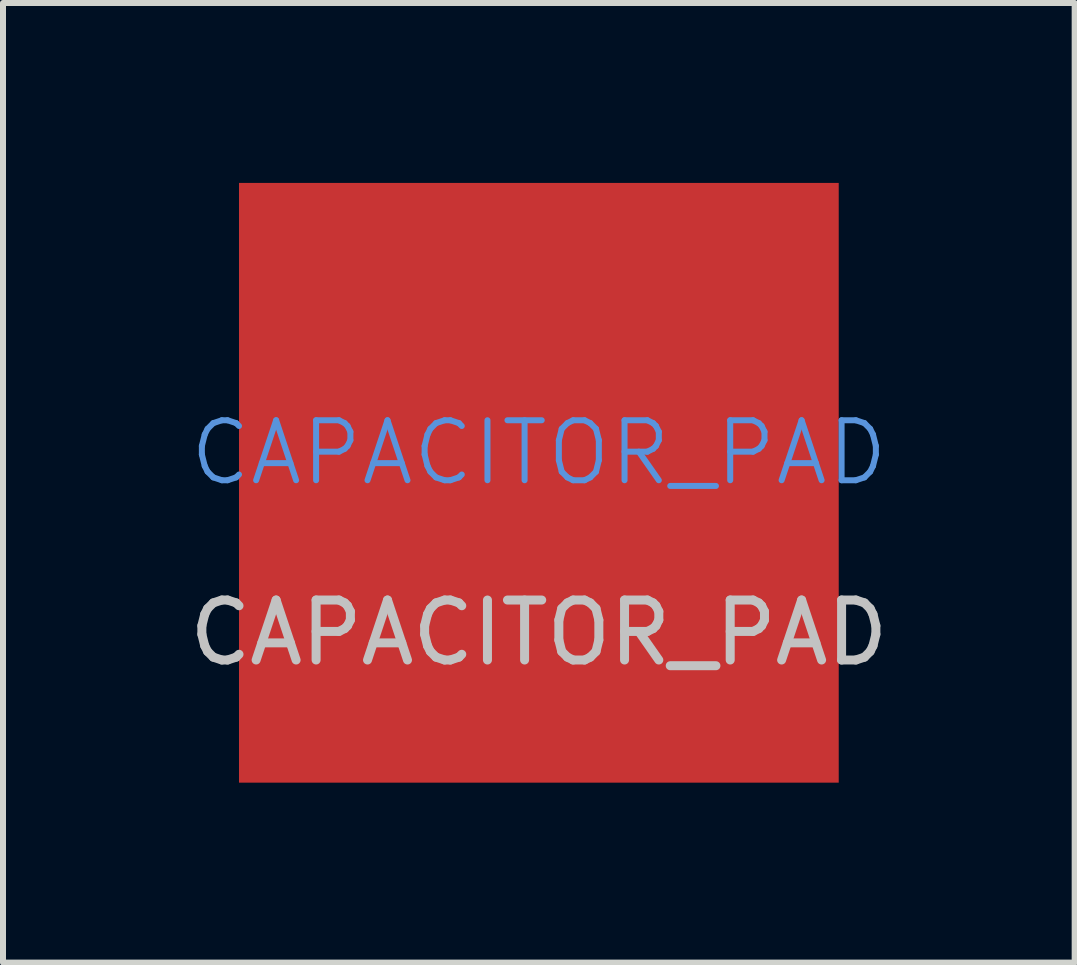
<source format=kicad_pcb>
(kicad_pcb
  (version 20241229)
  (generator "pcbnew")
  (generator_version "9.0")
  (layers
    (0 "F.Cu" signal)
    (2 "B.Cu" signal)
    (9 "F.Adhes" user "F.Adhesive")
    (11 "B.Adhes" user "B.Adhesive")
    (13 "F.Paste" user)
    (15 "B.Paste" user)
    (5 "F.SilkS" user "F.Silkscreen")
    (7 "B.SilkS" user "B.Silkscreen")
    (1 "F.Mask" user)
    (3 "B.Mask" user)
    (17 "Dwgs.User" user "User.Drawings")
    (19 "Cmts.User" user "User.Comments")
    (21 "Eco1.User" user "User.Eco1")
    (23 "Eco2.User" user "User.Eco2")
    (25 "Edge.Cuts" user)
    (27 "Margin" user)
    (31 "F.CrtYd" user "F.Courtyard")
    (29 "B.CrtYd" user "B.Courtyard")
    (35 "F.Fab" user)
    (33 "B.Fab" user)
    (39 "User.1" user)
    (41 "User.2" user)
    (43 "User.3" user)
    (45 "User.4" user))
  (footprint "CAPACITOR_PAD"
    (layer "F.Cu")
    (at 5.935 5)
    (property "Reference" "CAPACITOR_PAD" (at 0 -0.5 0) (unlocked yes) (layer "Cmts.User") (effects (font (size 1 1) (thickness 0.1))))
    (fp_rect (start -5 -5) (end 5 5) (stroke (width 0) (type solid)) (fill yes) (layer "F.Cu"))
    (fp_text user "${REFERENCE}" (at 0 2.5 0) (unlocked yes) (layer "Dwgs.User") (effects (font (size 1 1) (thickness 0.15)))))
  (gr_rect
    (start -3 -3)
    (end 14.869 13)
    (stroke (width 0.1) (type default))
    (fill no)
    (layer "Edge.Cuts")))
</source>
